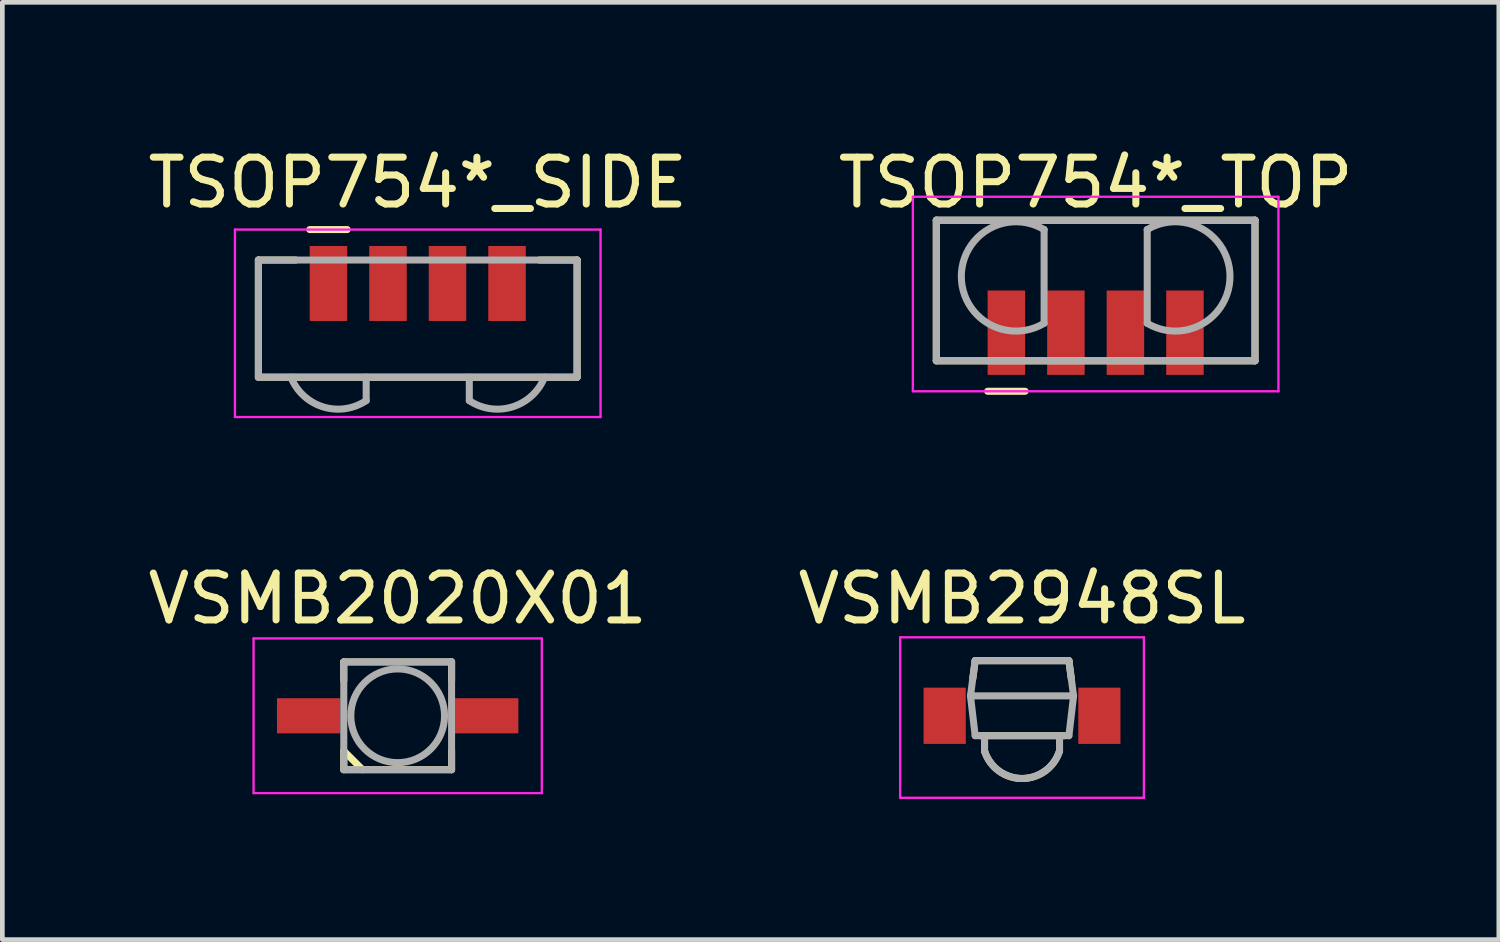
<source format=kicad_pcb>
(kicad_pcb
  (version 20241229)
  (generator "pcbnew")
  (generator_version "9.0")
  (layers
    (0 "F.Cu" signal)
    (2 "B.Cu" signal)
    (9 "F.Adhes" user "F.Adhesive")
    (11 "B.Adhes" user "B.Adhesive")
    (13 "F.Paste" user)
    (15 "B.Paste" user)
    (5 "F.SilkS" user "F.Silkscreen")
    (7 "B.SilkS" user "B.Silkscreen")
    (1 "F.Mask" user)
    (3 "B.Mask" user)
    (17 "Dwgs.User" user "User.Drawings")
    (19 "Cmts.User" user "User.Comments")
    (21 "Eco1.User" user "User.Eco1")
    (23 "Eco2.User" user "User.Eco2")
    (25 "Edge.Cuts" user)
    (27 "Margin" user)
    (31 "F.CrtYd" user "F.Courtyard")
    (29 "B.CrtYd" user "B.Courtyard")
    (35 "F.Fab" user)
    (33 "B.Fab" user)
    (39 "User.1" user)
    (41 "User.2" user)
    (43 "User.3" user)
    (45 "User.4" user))
  (footprint "VSMB2020X01"
    (layer "F.Cu")
    (at 5.435 12.222)
    (property "Reference" "VSMB2020X01" (at 0 -2.5 0) (layer "F.SilkS") (effects (font (size 1 1) (thickness 0.15))))
    (attr smd)
    (fp_line (start -1.15 -1.15) (end -1.15 -0.75) (stroke (width 0.15) (type solid)) (layer "F.SilkS"))
    (fp_line (start -1.15 -1.15) (end 1.15 -1.15) (stroke (width 0.15) (type solid)) (layer "F.SilkS"))
    (fp_line (start -1.15 0.75) (end -1.15 1.15) (stroke (width 0.15) (type solid)) (layer "F.SilkS"))
    (fp_line (start -1.15 0.75) (end -0.75 1.15) (stroke (width 0.15) (type solid)) (layer "F.SilkS"))
    (fp_line (start -1.15 1.15) (end 1.15 1.15) (stroke (width 0.15) (type solid)) (layer "F.SilkS"))
    (fp_line (start 1.15 -1.15) (end 1.15 -0.75) (stroke (width 0.15) (type solid)) (layer "F.SilkS"))
    (fp_line (start 1.15 0.75) (end 1.15 1.15) (stroke (width 0.15) (type solid)) (layer "F.SilkS"))
    (fp_line (start -3.075 -1.65) (end -3.075 1.65) (stroke (width 0.05) (type solid)) (layer "F.CrtYd"))
    (fp_line (start -3.075 -1.65) (end 3.075 -1.65) (stroke (width 0.05) (type solid)) (layer "F.CrtYd"))
    (fp_line (start -3.075 1.65) (end 3.075 1.65) (stroke (width 0.05) (type solid)) (layer "F.CrtYd"))
    (fp_line (start 3.075 -1.65) (end 3.075 1.65) (stroke (width 0.05) (type solid)) (layer "F.CrtYd"))
    (fp_line (start -1.15 -1.15) (end -1.15 1.15) (stroke (width 0.15) (type solid)) (layer "F.Fab"))
    (fp_line (start -1.15 -1.15) (end 1.15 -1.15) (stroke (width 0.15) (type solid)) (layer "F.Fab"))
    (fp_line (start -1.15 1.15) (end 1.15 1.15) (stroke (width 0.15) (type solid)) (layer "F.Fab"))
    (fp_line (start 1.15 -1.15) (end 1.15 1.15) (stroke (width 0.15) (type solid)) (layer "F.Fab"))
    (fp_circle (center 0 0) (end 0 1) (stroke (width 0.15) (type solid)) (fill no) (layer "F.Fab"))
    (pad "1" smd rect (at -1.9 0) (size 1.35 0.75) (layers "F.Cu" "F.Mask" "F.Paste"))
    (pad "2" smd rect (at 1.9 0) (size 1.35 0.75) (layers "F.Cu" "F.Mask" "F.Paste")))
  (footprint "TSOP754*_TOP"
    (layer "F.Cu")
    (at 20.327 2.848)
    (property "Reference" "TSOP754*_TOP" (at 0 -2 0) (layer "F.SilkS") (effects (font (size 1 1) (thickness 0.15))))
    (attr smd)
    (fp_line (start -3.4 -1.2) (end -3.4 1.8) (stroke (width 0.15) (type solid)) (layer "F.SilkS"))
    (fp_line (start -3.4 -1.2) (end 3.4 -1.2) (stroke (width 0.15) (type solid)) (layer "F.SilkS"))
    (fp_line (start -3.4 1.8) (end 3.4 1.8) (stroke (width 0.15) (type solid)) (layer "F.SilkS"))
    (fp_line (start -2.305 2.45) (end -1.505 2.45) (stroke (width 0.15) (type solid)) (layer "F.SilkS"))
    (fp_line (start 3.4 -1.2) (end 3.4 1.8) (stroke (width 0.15) (type solid)) (layer "F.SilkS"))
    (fp_line (start -3.9 -1.7) (end -3.9 2.45) (stroke (width 0.05) (type solid)) (layer "F.CrtYd"))
    (fp_line (start -3.9 -1.7) (end 3.9 -1.7) (stroke (width 0.05) (type solid)) (layer "F.CrtYd"))
    (fp_line (start -3.9 2.45) (end 3.9 2.45) (stroke (width 0.05) (type solid)) (layer "F.CrtYd"))
    (fp_line (start 3.9 -1.7) (end 3.9 2.45) (stroke (width 0.05) (type solid)) (layer "F.CrtYd"))
    (fp_line (start -3.4 -1.2) (end -3.4 1.8) (stroke (width 0.15) (type solid)) (layer "F.Fab"))
    (fp_line (start -3.4 -1.2) (end 3.4 -1.2) (stroke (width 0.15) (type solid)) (layer "F.Fab"))
    (fp_line (start -3.4 1.8) (end 3.4 1.8) (stroke (width 0.15) (type solid)) (layer "F.Fab"))
    (fp_line (start -1.1 -1) (end -1.1 1) (stroke (width 0.15) (type solid)) (layer "F.Fab"))
    (fp_line (start 1.1 -1) (end 1.1 1) (stroke (width 0.15) (type solid)) (layer "F.Fab"))
    (fp_line (start 3.4 -1.2) (end 3.4 1.8) (stroke (width 0.15) (type solid)) (layer "F.Fab"))
    (fp_arc (start -1.1 1) (mid -2.86619 -0.000738) (end -1.098735 -0.99924) (stroke (width 0.15) (type solid)) (layer "F.Fab"))
    (fp_arc (start 1.098735 -0.99924) (mid 2.86619 -0.000738) (end 1.1 1) (stroke (width 0.15) (type solid)) (layer "F.Fab"))
    (pad "1" smd rect (at -1.905 1.2) (size 0.8 1.8) (layers "F.Cu" "F.Mask" "F.Paste"))
    (pad "2" smd rect (at -0.635 1.2) (size 0.8 1.8) (layers "F.Cu" "F.Mask" "F.Paste"))
    (pad "3" smd rect (at 0.635 1.2) (size 0.8 1.8) (layers "F.Cu" "F.Mask" "F.Paste"))
    (pad "4" smd rect (at 1.905 1.2) (size 0.8 1.8) (layers "F.Cu" "F.Mask" "F.Paste")))
  (footprint "TSOP754*_SIDE"
    (layer "F.Cu")
    (at 5.863 3.348)
    (property "Reference" "TSOP754*_SIDE" (at 0 -2.5 0) (layer "F.SilkS") (effects (font (size 1 1) (thickness 0.15))))
    (attr smd)
    (fp_line (start -3.4 -0.85) (end -3.4 1.65) (stroke (width 0.15) (type solid)) (layer "F.SilkS"))
    (fp_line (start -3.4 -0.85) (end -2.6 -0.85) (stroke (width 0.15) (type solid)) (layer "F.SilkS"))
    (fp_line (start -3.4 1.65) (end 3.4 1.65) (stroke (width 0.15) (type solid)) (layer "F.SilkS"))
    (fp_line (start -2.305 -1.5) (end -1.505 -1.5) (stroke (width 0.15) (type solid)) (layer "F.SilkS"))
    (fp_line (start 2.6 -0.85) (end 3.4 -0.85) (stroke (width 0.15) (type solid)) (layer "F.SilkS"))
    (fp_line (start 3.4 -0.85) (end 3.4 1.65) (stroke (width 0.15) (type solid)) (layer "F.SilkS"))
    (fp_line (start -3.9 -1.5) (end -3.9 2.5) (stroke (width 0.05) (type solid)) (layer "F.CrtYd"))
    (fp_line (start -3.9 -1.5) (end 3.9 -1.5) (stroke (width 0.05) (type solid)) (layer "F.CrtYd"))
    (fp_line (start -3.9 2.5) (end 3.9 2.5) (stroke (width 0.05) (type solid)) (layer "F.CrtYd"))
    (fp_line (start 3.9 -1.5) (end 3.9 2.5) (stroke (width 0.05) (type solid)) (layer "F.CrtYd"))
    (fp_line (start -3.4 -0.85) (end -3.4 1.65) (stroke (width 0.15) (type solid)) (layer "F.Fab"))
    (fp_line (start -3.4 -0.85) (end 3.4 -0.85) (stroke (width 0.15) (type solid)) (layer "F.Fab"))
    (fp_line (start -3.4 1.65) (end 3.4 1.65) (stroke (width 0.15) (type solid)) (layer "F.Fab"))
    (fp_line (start -1.1 1.65) (end -1.1 2.15) (stroke (width 0.15) (type solid)) (layer "F.Fab"))
    (fp_line (start 1.1 1.65) (end 1.1 2.15) (stroke (width 0.15) (type solid)) (layer "F.Fab"))
    (fp_line (start 3.4 -0.85) (end 3.4 1.65) (stroke (width 0.15) (type solid)) (layer "F.Fab"))
    (fp_arc (start -1.1 2.15) (mid -2.021839 2.282676) (end -2.70508 1.649768) (stroke (width 0.15) (type solid)) (layer "F.Fab"))
    (fp_arc (start 2.70508 1.649768) (mid 2.021839 2.282676) (end 1.1 2.15) (stroke (width 0.15) (type solid)) (layer "F.Fab"))
    (pad "1" smd rect (at -1.905 -0.35) (size 0.8 1.6) (layers "F.Cu" "F.Mask" "F.Paste"))
    (pad "2" smd rect (at -0.635 -0.35) (size 0.8 1.6) (layers "F.Cu" "F.Mask" "F.Paste"))
    (pad "3" smd rect (at 0.635 -0.35) (size 0.8 1.6) (layers "F.Cu" "F.Mask" "F.Paste"))
    (pad "4" smd rect (at 1.905 -0.35) (size 0.8 1.6) (layers "F.Cu" "F.Mask" "F.Paste")))
  (footprint "VSMB2948SL"
    (layer "F.Cu")
    (at 18.756 12.222)
    (property "Reference" "VSMB2948SL" (at 0 -2.5 0) (layer "F.SilkS") (effects (font (size 1 1) (thickness 0.15))))
    (attr smd)
    (fp_line (start -1 -1.175) (end -1.05 -0.8) (stroke (width 0.15) (type solid)) (layer "F.SilkS"))
    (fp_line (start -0.8 0.425) (end -0.8 0.75) (stroke (width 0.15) (type solid)) (layer "F.SilkS"))
    (fp_line (start 0.8 0.425) (end 0.8 0.75) (stroke (width 0.15) (type solid)) (layer "F.SilkS"))
    (fp_line (start 0.9 0.425) (end -0.9 0.425) (stroke (width 0.15) (type solid)) (layer "F.SilkS"))
    (fp_line (start 1 -1.175) (end -1 -1.175) (stroke (width 0.15) (type solid)) (layer "F.SilkS"))
    (fp_line (start 1 -1.175) (end 1.05 -0.8) (stroke (width 0.15) (type solid)) (layer "F.SilkS"))
    (fp_arc (start 0.8 0.75) (mid 0.007906 1.338115) (end -0.795142 0.765047) (stroke (width 0.15) (type solid)) (layer "F.SilkS"))
    (fp_line (start -2.6 -1.675) (end -2.6 1.75) (stroke (width 0.05) (type solid)) (layer "F.CrtYd"))
    (fp_line (start -2.6 -1.675) (end 2.6 -1.675) (stroke (width 0.05) (type solid)) (layer "F.CrtYd"))
    (fp_line (start -2.6 1.75) (end 2.6 1.75) (stroke (width 0.05) (type solid)) (layer "F.CrtYd"))
    (fp_line (start 2.6 -1.675) (end 2.6 1.75) (stroke (width 0.05) (type solid)) (layer "F.CrtYd"))
    (fp_line (start -1.1 -0.425) (end -1 0.425) (stroke (width 0.15) (type solid)) (layer "F.Fab"))
    (fp_line (start -1.1 -0.425) (end 1.1 -0.425) (stroke (width 0.15) (type solid)) (layer "F.Fab"))
    (fp_line (start -1 -1.175) (end -1.1 -0.425) (stroke (width 0.15) (type solid)) (layer "F.Fab"))
    (fp_line (start -1 -1.175) (end 1 -1.175) (stroke (width 0.15) (type solid)) (layer "F.Fab"))
    (fp_line (start -1 0.425) (end 1 0.425) (stroke (width 0.15) (type solid)) (layer "F.Fab"))
    (fp_line (start -0.8 0.425) (end -0.8 0.75) (stroke (width 0.15) (type solid)) (layer "F.Fab"))
    (fp_line (start 0.8 0.425) (end 0.8 0.75) (stroke (width 0.15) (type solid)) (layer "F.Fab"))
    (fp_line (start 1 -1.175) (end 1.1 -0.425) (stroke (width 0.15) (type solid)) (layer "F.Fab"))
    (fp_line (start 1.1 -0.425) (end 1 0.425) (stroke (width 0.15) (type solid)) (layer "F.Fab"))
    (fp_arc (start 0.8 0.75) (mid 0.007906 1.338115) (end -0.795142 0.765047) (stroke (width 0.15) (type solid)) (layer "F.Fab"))
    (pad "1" smd rect (at -1.65 0) (size 0.9 1.2) (layers "F.Cu" "F.Mask" "F.Paste"))
    (pad "2" smd rect (at 1.65 0) (size 0.9 1.2) (layers "F.Cu" "F.Mask" "F.Paste")))
  (gr_rect
    (start -3 -3)
    (end 28.929 16.997)
    (stroke (width 0.1) (type default))
    (fill no)
    (layer "Edge.Cuts")))
</source>
